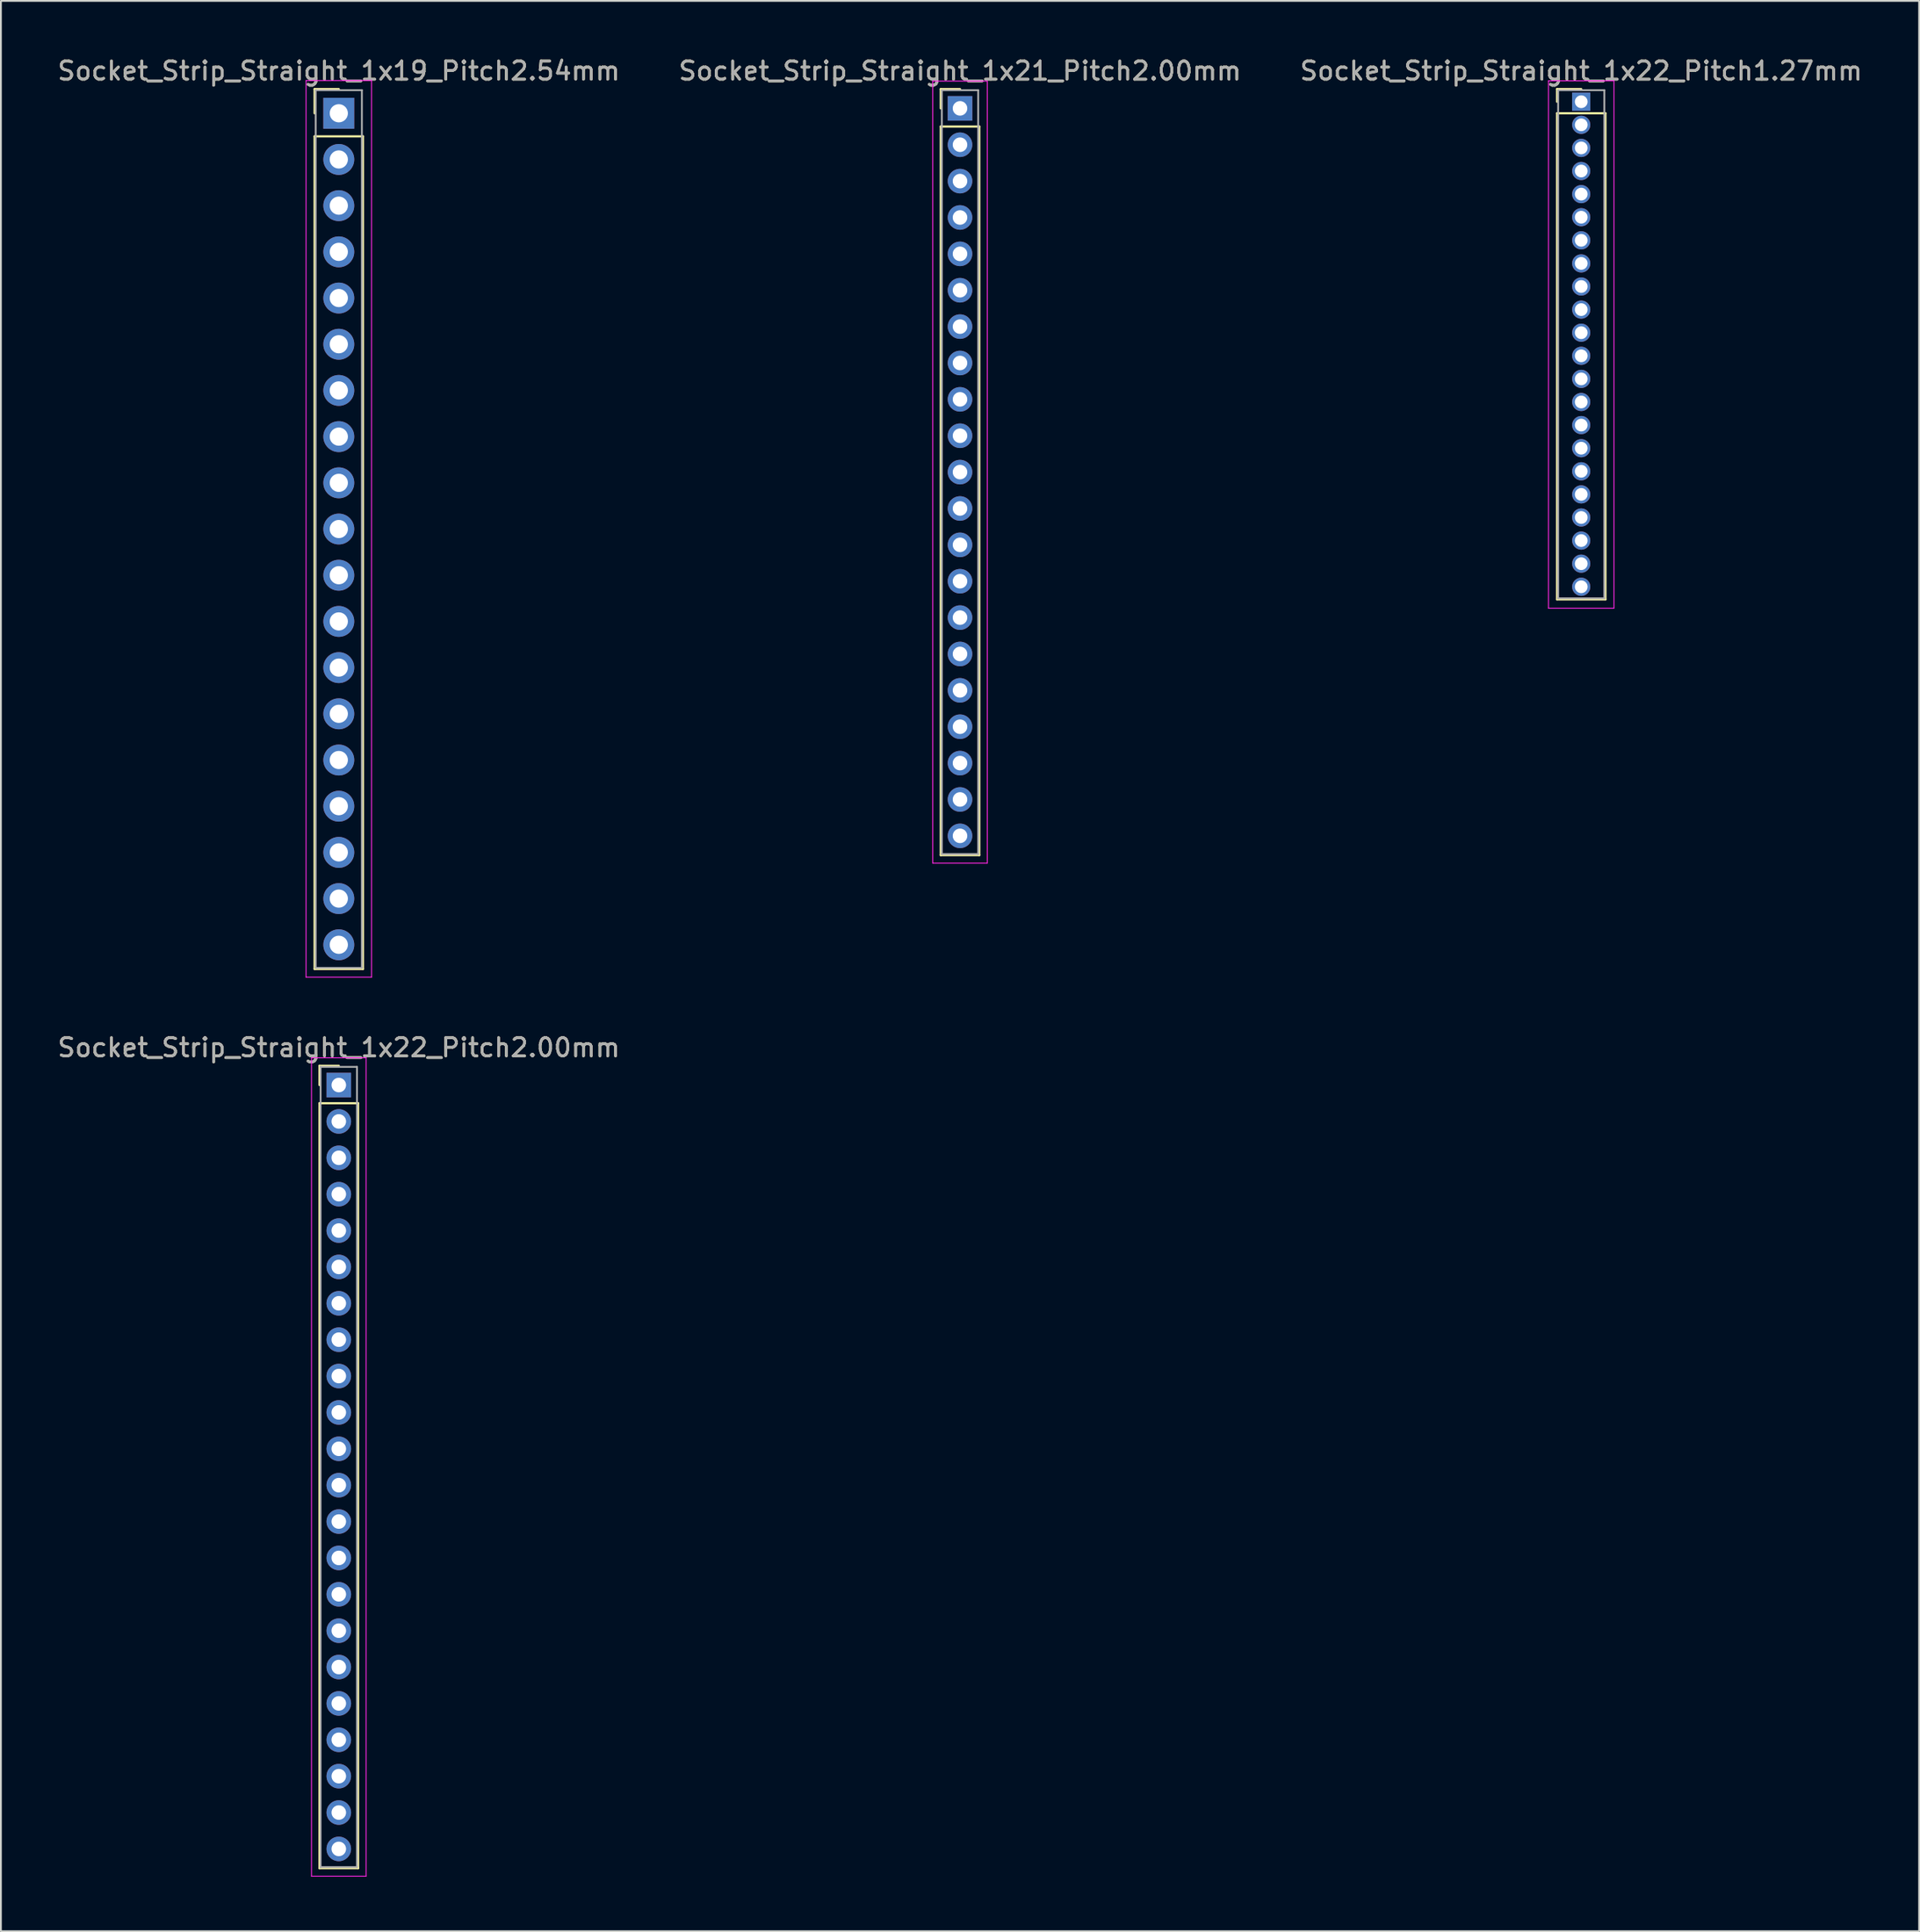
<source format=kicad_pcb>
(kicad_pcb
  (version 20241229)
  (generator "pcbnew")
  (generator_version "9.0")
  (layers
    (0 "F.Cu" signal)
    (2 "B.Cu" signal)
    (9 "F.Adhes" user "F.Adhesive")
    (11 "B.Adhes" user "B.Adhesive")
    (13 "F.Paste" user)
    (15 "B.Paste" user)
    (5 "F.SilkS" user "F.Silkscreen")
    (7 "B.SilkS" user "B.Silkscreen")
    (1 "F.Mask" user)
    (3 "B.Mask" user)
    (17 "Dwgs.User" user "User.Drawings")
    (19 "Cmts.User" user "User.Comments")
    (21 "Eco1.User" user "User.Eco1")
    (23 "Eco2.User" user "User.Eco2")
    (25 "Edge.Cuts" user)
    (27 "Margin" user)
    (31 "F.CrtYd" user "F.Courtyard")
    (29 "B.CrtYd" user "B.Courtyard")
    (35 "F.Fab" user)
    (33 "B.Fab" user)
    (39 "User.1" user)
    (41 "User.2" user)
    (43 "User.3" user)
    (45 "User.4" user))
  (footprint "Socket_Strip_Straight_1x21_Pitch2.00mm"
    (layer "F.Cu")
    (at 49.732 2.908)
    (property "Reference" "Socket_Strip_Straight_1x21_Pitch2.00mm" (at 0 -2.06 0) (layer "F.SilkS") (effects (font (size 1 1) (thickness 0.15))))
    (attr through_hole)
    (fp_line (start -1.06 -1.06) (end 0 -1.06) (stroke (width 0.12) (type solid)) (layer "F.SilkS"))
    (fp_line (start -1.06 0) (end -1.06 -1.06) (stroke (width 0.12) (type solid)) (layer "F.SilkS"))
    (fp_line (start -1.06 1) (end -1.06 41.06) (stroke (width 0.12) (type solid)) (layer "F.SilkS"))
    (fp_line (start -1.06 41.06) (end 1.06 41.06) (stroke (width 0.12) (type solid)) (layer "F.SilkS"))
    (fp_line (start 1.06 1) (end -1.06 1) (stroke (width 0.12) (type solid)) (layer "F.SilkS"))
    (fp_line (start 1.06 41.06) (end 1.06 1) (stroke (width 0.12) (type solid)) (layer "F.SilkS"))
    (fp_line (start -1.5 -1.5) (end -1.5 41.5) (stroke (width 0.05) (type solid)) (layer "F.CrtYd"))
    (fp_line (start -1.5 41.5) (end 1.5 41.5) (stroke (width 0.05) (type solid)) (layer "F.CrtYd"))
    (fp_line (start 1.5 -1.5) (end -1.5 -1.5) (stroke (width 0.05) (type solid)) (layer "F.CrtYd"))
    (fp_line (start 1.5 41.5) (end 1.5 -1.5) (stroke (width 0.05) (type solid)) (layer "F.CrtYd"))
    (fp_line (start -1 -1) (end -1 41) (stroke (width 0.1) (type solid)) (layer "F.Fab"))
    (fp_line (start -1 41) (end 1 41) (stroke (width 0.1) (type solid)) (layer "F.Fab"))
    (fp_line (start 1 -1) (end -1 -1) (stroke (width 0.1) (type solid)) (layer "F.Fab"))
    (fp_line (start 1 41) (end 1 -1) (stroke (width 0.1) (type solid)) (layer "F.Fab"))
    (fp_text user "${REFERENCE}" (at 0 -2.06 0) (layer "F.Fab") (effects (font (size 1 1) (thickness 0.15))))
    (pad "1" thru_hole rect (at 0 0) (size 1.35 1.35) (drill 0.8) (layers "*.Cu" "*.Mask"))
    (pad "2" thru_hole oval (at 0 2) (size 1.35 1.35) (drill 0.8) (layers "*.Cu" "*.Mask"))
    (pad "3" thru_hole oval (at 0 4) (size 1.35 1.35) (drill 0.8) (layers "*.Cu" "*.Mask"))
    (pad "4" thru_hole oval (at 0 6) (size 1.35 1.35) (drill 0.8) (layers "*.Cu" "*.Mask"))
    (pad "5" thru_hole oval (at 0 8) (size 1.35 1.35) (drill 0.8) (layers "*.Cu" "*.Mask"))
    (pad "6" thru_hole oval (at 0 10) (size 1.35 1.35) (drill 0.8) (layers "*.Cu" "*.Mask"))
    (pad "7" thru_hole oval (at 0 12) (size 1.35 1.35) (drill 0.8) (layers "*.Cu" "*.Mask"))
    (pad "8" thru_hole oval (at 0 14) (size 1.35 1.35) (drill 0.8) (layers "*.Cu" "*.Mask"))
    (pad "9" thru_hole oval (at 0 16) (size 1.35 1.35) (drill 0.8) (layers "*.Cu" "*.Mask"))
    (pad "10" thru_hole oval (at 0 18) (size 1.35 1.35) (drill 0.8) (layers "*.Cu" "*.Mask"))
    (pad "11" thru_hole oval (at 0 20) (size 1.35 1.35) (drill 0.8) (layers "*.Cu" "*.Mask"))
    (pad "12" thru_hole oval (at 0 22) (size 1.35 1.35) (drill 0.8) (layers "*.Cu" "*.Mask"))
    (pad "13" thru_hole oval (at 0 24) (size 1.35 1.35) (drill 0.8) (layers "*.Cu" "*.Mask"))
    (pad "14" thru_hole oval (at 0 26) (size 1.35 1.35) (drill 0.8) (layers "*.Cu" "*.Mask"))
    (pad "15" thru_hole oval (at 0 28) (size 1.35 1.35) (drill 0.8) (layers "*.Cu" "*.Mask"))
    (pad "16" thru_hole oval (at 0 30) (size 1.35 1.35) (drill 0.8) (layers "*.Cu" "*.Mask"))
    (pad "17" thru_hole oval (at 0 32) (size 1.35 1.35) (drill 0.8) (layers "*.Cu" "*.Mask"))
    (pad "18" thru_hole oval (at 0 34) (size 1.35 1.35) (drill 0.8) (layers "*.Cu" "*.Mask"))
    (pad "19" thru_hole oval (at 0 36) (size 1.35 1.35) (drill 0.8) (layers "*.Cu" "*.Mask"))
    (pad "20" thru_hole oval (at 0 38) (size 1.35 1.35) (drill 0.8) (layers "*.Cu" "*.Mask"))
    (pad "21" thru_hole oval (at 0 40) (size 1.35 1.35) (drill 0.8) (layers "*.Cu" "*.Mask")))
  (footprint "Socket_Strip_Straight_1x19_Pitch2.54mm"
    (layer "F.Cu")
    (at 15.577 3.178)
    (property "Reference" "Socket_Strip_Straight_1x19_Pitch2.54mm" (at 0 -2.33 0) (layer "F.SilkS") (effects (font (size 1 1) (thickness 0.15))))
    (attr through_hole)
    (fp_line (start -1.33 -1.33) (end 0 -1.33) (stroke (width 0.12) (type solid)) (layer "F.SilkS"))
    (fp_line (start -1.33 0) (end -1.33 -1.33) (stroke (width 0.12) (type solid)) (layer "F.SilkS"))
    (fp_line (start -1.33 1.27) (end -1.33 47.05) (stroke (width 0.12) (type solid)) (layer "F.SilkS"))
    (fp_line (start -1.33 47.05) (end 1.33 47.05) (stroke (width 0.12) (type solid)) (layer "F.SilkS"))
    (fp_line (start 1.33 1.27) (end -1.33 1.27) (stroke (width 0.12) (type solid)) (layer "F.SilkS"))
    (fp_line (start 1.33 47.05) (end 1.33 1.27) (stroke (width 0.12) (type solid)) (layer "F.SilkS"))
    (fp_line (start -1.8 -1.8) (end -1.8 47.5) (stroke (width 0.05) (type solid)) (layer "F.CrtYd"))
    (fp_line (start -1.8 47.5) (end 1.8 47.5) (stroke (width 0.05) (type solid)) (layer "F.CrtYd"))
    (fp_line (start 1.8 -1.8) (end -1.8 -1.8) (stroke (width 0.05) (type solid)) (layer "F.CrtYd"))
    (fp_line (start 1.8 47.5) (end 1.8 -1.8) (stroke (width 0.05) (type solid)) (layer "F.CrtYd"))
    (fp_line (start -1.27 -1.27) (end -1.27 46.99) (stroke (width 0.1) (type solid)) (layer "F.Fab"))
    (fp_line (start -1.27 46.99) (end 1.27 46.99) (stroke (width 0.1) (type solid)) (layer "F.Fab"))
    (fp_line (start 1.27 -1.27) (end -1.27 -1.27) (stroke (width 0.1) (type solid)) (layer "F.Fab"))
    (fp_line (start 1.27 46.99) (end 1.27 -1.27) (stroke (width 0.1) (type solid)) (layer "F.Fab"))
    (fp_text user "${REFERENCE}" (at 0 -2.33 0) (layer "F.Fab") (effects (font (size 1 1) (thickness 0.15))))
    (pad "1" thru_hole rect (at 0 0) (size 1.7 1.7) (drill 1) (layers "*.Cu" "*.Mask"))
    (pad "2" thru_hole oval (at 0 2.54) (size 1.7 1.7) (drill 1) (layers "*.Cu" "*.Mask"))
    (pad "3" thru_hole oval (at 0 5.08) (size 1.7 1.7) (drill 1) (layers "*.Cu" "*.Mask"))
    (pad "4" thru_hole oval (at 0 7.62) (size 1.7 1.7) (drill 1) (layers "*.Cu" "*.Mask"))
    (pad "5" thru_hole oval (at 0 10.16) (size 1.7 1.7) (drill 1) (layers "*.Cu" "*.Mask"))
    (pad "6" thru_hole oval (at 0 12.7) (size 1.7 1.7) (drill 1) (layers "*.Cu" "*.Mask"))
    (pad "7" thru_hole oval (at 0 15.24) (size 1.7 1.7) (drill 1) (layers "*.Cu" "*.Mask"))
    (pad "8" thru_hole oval (at 0 17.78) (size 1.7 1.7) (drill 1) (layers "*.Cu" "*.Mask"))
    (pad "9" thru_hole oval (at 0 20.32) (size 1.7 1.7) (drill 1) (layers "*.Cu" "*.Mask"))
    (pad "10" thru_hole oval (at 0 22.86) (size 1.7 1.7) (drill 1) (layers "*.Cu" "*.Mask"))
    (pad "11" thru_hole oval (at 0 25.4) (size 1.7 1.7) (drill 1) (layers "*.Cu" "*.Mask"))
    (pad "12" thru_hole oval (at 0 27.94) (size 1.7 1.7) (drill 1) (layers "*.Cu" "*.Mask"))
    (pad "13" thru_hole oval (at 0 30.48) (size 1.7 1.7) (drill 1) (layers "*.Cu" "*.Mask"))
    (pad "14" thru_hole oval (at 0 33.02) (size 1.7 1.7) (drill 1) (layers "*.Cu" "*.Mask"))
    (pad "15" thru_hole oval (at 0 35.56) (size 1.7 1.7) (drill 1) (layers "*.Cu" "*.Mask"))
    (pad "16" thru_hole oval (at 0 38.1) (size 1.7 1.7) (drill 1) (layers "*.Cu" "*.Mask"))
    (pad "17" thru_hole oval (at 0 40.64) (size 1.7 1.7) (drill 1) (layers "*.Cu" "*.Mask"))
    (pad "18" thru_hole oval (at 0 43.18) (size 1.7 1.7) (drill 1) (layers "*.Cu" "*.Mask"))
    (pad "19" thru_hole oval (at 0 45.72) (size 1.7 1.7) (drill 1) (layers "*.Cu" "*.Mask")))
  (footprint "Socket_Strip_Straight_1x22_Pitch2.00mm"
    (layer "F.Cu")
    (at 15.577 56.611)
    (property "Reference" "Socket_Strip_Straight_1x22_Pitch2.00mm" (at 0 -2.06 0) (layer "F.SilkS") (effects (font (size 1 1) (thickness 0.15))))
    (attr through_hole)
    (fp_line (start -1.06 -1.06) (end 0 -1.06) (stroke (width 0.12) (type solid)) (layer "F.SilkS"))
    (fp_line (start -1.06 0) (end -1.06 -1.06) (stroke (width 0.12) (type solid)) (layer "F.SilkS"))
    (fp_line (start -1.06 1) (end -1.06 43.06) (stroke (width 0.12) (type solid)) (layer "F.SilkS"))
    (fp_line (start -1.06 43.06) (end 1.06 43.06) (stroke (width 0.12) (type solid)) (layer "F.SilkS"))
    (fp_line (start 1.06 1) (end -1.06 1) (stroke (width 0.12) (type solid)) (layer "F.SilkS"))
    (fp_line (start 1.06 43.06) (end 1.06 1) (stroke (width 0.12) (type solid)) (layer "F.SilkS"))
    (fp_line (start -1.5 -1.5) (end -1.5 43.5) (stroke (width 0.05) (type solid)) (layer "F.CrtYd"))
    (fp_line (start -1.5 43.5) (end 1.5 43.5) (stroke (width 0.05) (type solid)) (layer "F.CrtYd"))
    (fp_line (start 1.5 -1.5) (end -1.5 -1.5) (stroke (width 0.05) (type solid)) (layer "F.CrtYd"))
    (fp_line (start 1.5 43.5) (end 1.5 -1.5) (stroke (width 0.05) (type solid)) (layer "F.CrtYd"))
    (fp_line (start -1 -1) (end -1 43) (stroke (width 0.1) (type solid)) (layer "F.Fab"))
    (fp_line (start -1 43) (end 1 43) (stroke (width 0.1) (type solid)) (layer "F.Fab"))
    (fp_line (start 1 -1) (end -1 -1) (stroke (width 0.1) (type solid)) (layer "F.Fab"))
    (fp_line (start 1 43) (end 1 -1) (stroke (width 0.1) (type solid)) (layer "F.Fab"))
    (fp_text user "${REFERENCE}" (at 0 -2.06 0) (layer "F.Fab") (effects (font (size 1 1) (thickness 0.15))))
    (pad "1" thru_hole rect (at 0 0) (size 1.35 1.35) (drill 0.8) (layers "*.Cu" "*.Mask"))
    (pad "2" thru_hole oval (at 0 2) (size 1.35 1.35) (drill 0.8) (layers "*.Cu" "*.Mask"))
    (pad "3" thru_hole oval (at 0 4) (size 1.35 1.35) (drill 0.8) (layers "*.Cu" "*.Mask"))
    (pad "4" thru_hole oval (at 0 6) (size 1.35 1.35) (drill 0.8) (layers "*.Cu" "*.Mask"))
    (pad "5" thru_hole oval (at 0 8) (size 1.35 1.35) (drill 0.8) (layers "*.Cu" "*.Mask"))
    (pad "6" thru_hole oval (at 0 10) (size 1.35 1.35) (drill 0.8) (layers "*.Cu" "*.Mask"))
    (pad "7" thru_hole oval (at 0 12) (size 1.35 1.35) (drill 0.8) (layers "*.Cu" "*.Mask"))
    (pad "8" thru_hole oval (at 0 14) (size 1.35 1.35) (drill 0.8) (layers "*.Cu" "*.Mask"))
    (pad "9" thru_hole oval (at 0 16) (size 1.35 1.35) (drill 0.8) (layers "*.Cu" "*.Mask"))
    (pad "10" thru_hole oval (at 0 18) (size 1.35 1.35) (drill 0.8) (layers "*.Cu" "*.Mask"))
    (pad "11" thru_hole oval (at 0 20) (size 1.35 1.35) (drill 0.8) (layers "*.Cu" "*.Mask"))
    (pad "12" thru_hole oval (at 0 22) (size 1.35 1.35) (drill 0.8) (layers "*.Cu" "*.Mask"))
    (pad "13" thru_hole oval (at 0 24) (size 1.35 1.35) (drill 0.8) (layers "*.Cu" "*.Mask"))
    (pad "14" thru_hole oval (at 0 26) (size 1.35 1.35) (drill 0.8) (layers "*.Cu" "*.Mask"))
    (pad "15" thru_hole oval (at 0 28) (size 1.35 1.35) (drill 0.8) (layers "*.Cu" "*.Mask"))
    (pad "16" thru_hole oval (at 0 30) (size 1.35 1.35) (drill 0.8) (layers "*.Cu" "*.Mask"))
    (pad "17" thru_hole oval (at 0 32) (size 1.35 1.35) (drill 0.8) (layers "*.Cu" "*.Mask"))
    (pad "18" thru_hole oval (at 0 34) (size 1.35 1.35) (drill 0.8) (layers "*.Cu" "*.Mask"))
    (pad "19" thru_hole oval (at 0 36) (size 1.35 1.35) (drill 0.8) (layers "*.Cu" "*.Mask"))
    (pad "20" thru_hole oval (at 0 38) (size 1.35 1.35) (drill 0.8) (layers "*.Cu" "*.Mask"))
    (pad "21" thru_hole oval (at 0 40) (size 1.35 1.35) (drill 0.8) (layers "*.Cu" "*.Mask"))
    (pad "22" thru_hole oval (at 0 42) (size 1.35 1.35) (drill 0.8) (layers "*.Cu" "*.Mask")))
  (footprint "Socket_Strip_Straight_1x22_Pitch1.27mm"
    (layer "F.Cu")
    (at 83.887 2.543)
    (property "Reference" "Socket_Strip_Straight_1x22_Pitch1.27mm" (at 0 -1.695 0) (layer "F.SilkS") (effects (font (size 1 1) (thickness 0.15))))
    (attr through_hole)
    (fp_line (start -1.33 -0.695) (end 0 -0.695) (stroke (width 0.12) (type solid)) (layer "F.SilkS"))
    (fp_line (start -1.33 0) (end -1.33 -0.695) (stroke (width 0.12) (type solid)) (layer "F.SilkS"))
    (fp_line (start -1.33 0.635) (end -1.33 27.365) (stroke (width 0.12) (type solid)) (layer "F.SilkS"))
    (fp_line (start -1.33 27.365) (end 1.33 27.365) (stroke (width 0.12) (type solid)) (layer "F.SilkS"))
    (fp_line (start 1.33 0.635) (end -1.33 0.635) (stroke (width 0.12) (type solid)) (layer "F.SilkS"))
    (fp_line (start 1.33 27.365) (end 1.33 0.635) (stroke (width 0.12) (type solid)) (layer "F.SilkS"))
    (fp_line (start -1.8 -1.15) (end -1.8 27.85) (stroke (width 0.05) (type solid)) (layer "F.CrtYd"))
    (fp_line (start -1.8 27.85) (end 1.8 27.85) (stroke (width 0.05) (type solid)) (layer "F.CrtYd"))
    (fp_line (start 1.8 -1.15) (end -1.8 -1.15) (stroke (width 0.05) (type solid)) (layer "F.CrtYd"))
    (fp_line (start 1.8 27.85) (end 1.8 -1.15) (stroke (width 0.05) (type solid)) (layer "F.CrtYd"))
    (fp_line (start -1.27 -0.635) (end -1.27 27.305) (stroke (width 0.1) (type solid)) (layer "F.Fab"))
    (fp_line (start -1.27 27.305) (end 1.27 27.305) (stroke (width 0.1) (type solid)) (layer "F.Fab"))
    (fp_line (start 1.27 -0.635) (end -1.27 -0.635) (stroke (width 0.1) (type solid)) (layer "F.Fab"))
    (fp_line (start 1.27 27.305) (end 1.27 -0.635) (stroke (width 0.1) (type solid)) (layer "F.Fab"))
    (fp_text user "${REFERENCE}" (at 0 -1.695 0) (layer "F.Fab") (effects (font (size 1 1) (thickness 0.15))))
    (pad "1" thru_hole rect (at 0 0) (size 1 1) (drill 0.7) (layers "*.Cu" "*.Mask"))
    (pad "2" thru_hole oval (at 0 1.27) (size 1 1) (drill 0.7) (layers "*.Cu" "*.Mask"))
    (pad "3" thru_hole oval (at 0 2.54) (size 1 1) (drill 0.7) (layers "*.Cu" "*.Mask"))
    (pad "4" thru_hole oval (at 0 3.81) (size 1 1) (drill 0.7) (layers "*.Cu" "*.Mask"))
    (pad "5" thru_hole oval (at 0 5.08) (size 1 1) (drill 0.7) (layers "*.Cu" "*.Mask"))
    (pad "6" thru_hole oval (at 0 6.35) (size 1 1) (drill 0.7) (layers "*.Cu" "*.Mask"))
    (pad "7" thru_hole oval (at 0 7.62) (size 1 1) (drill 0.7) (layers "*.Cu" "*.Mask"))
    (pad "8" thru_hole oval (at 0 8.89) (size 1 1) (drill 0.7) (layers "*.Cu" "*.Mask"))
    (pad "9" thru_hole oval (at 0 10.16) (size 1 1) (drill 0.7) (layers "*.Cu" "*.Mask"))
    (pad "10" thru_hole oval (at 0 11.43) (size 1 1) (drill 0.7) (layers "*.Cu" "*.Mask"))
    (pad "11" thru_hole oval (at 0 12.7) (size 1 1) (drill 0.7) (layers "*.Cu" "*.Mask"))
    (pad "12" thru_hole oval (at 0 13.97) (size 1 1) (drill 0.7) (layers "*.Cu" "*.Mask"))
    (pad "13" thru_hole oval (at 0 15.24) (size 1 1) (drill 0.7) (layers "*.Cu" "*.Mask"))
    (pad "14" thru_hole oval (at 0 16.51) (size 1 1) (drill 0.7) (layers "*.Cu" "*.Mask"))
    (pad "15" thru_hole oval (at 0 17.78) (size 1 1) (drill 0.7) (layers "*.Cu" "*.Mask"))
    (pad "16" thru_hole oval (at 0 19.05) (size 1 1) (drill 0.7) (layers "*.Cu" "*.Mask"))
    (pad "17" thru_hole oval (at 0 20.32) (size 1 1) (drill 0.7) (layers "*.Cu" "*.Mask"))
    (pad "18" thru_hole oval (at 0 21.59) (size 1 1) (drill 0.7) (layers "*.Cu" "*.Mask"))
    (pad "19" thru_hole oval (at 0 22.86) (size 1 1) (drill 0.7) (layers "*.Cu" "*.Mask"))
    (pad "20" thru_hole oval (at 0 24.13) (size 1 1) (drill 0.7) (layers "*.Cu" "*.Mask"))
    (pad "21" thru_hole oval (at 0 25.4) (size 1 1) (drill 0.7) (layers "*.Cu" "*.Mask"))
    (pad "22" thru_hole oval (at 0 26.67) (size 1 1) (drill 0.7) (layers "*.Cu" "*.Mask")))
  (gr_rect
    (start -3 -3)
    (end 102.464 103.136)
    (stroke (width 0.1) (type default))
    (fill no)
    (layer "Edge.Cuts")))
</source>
